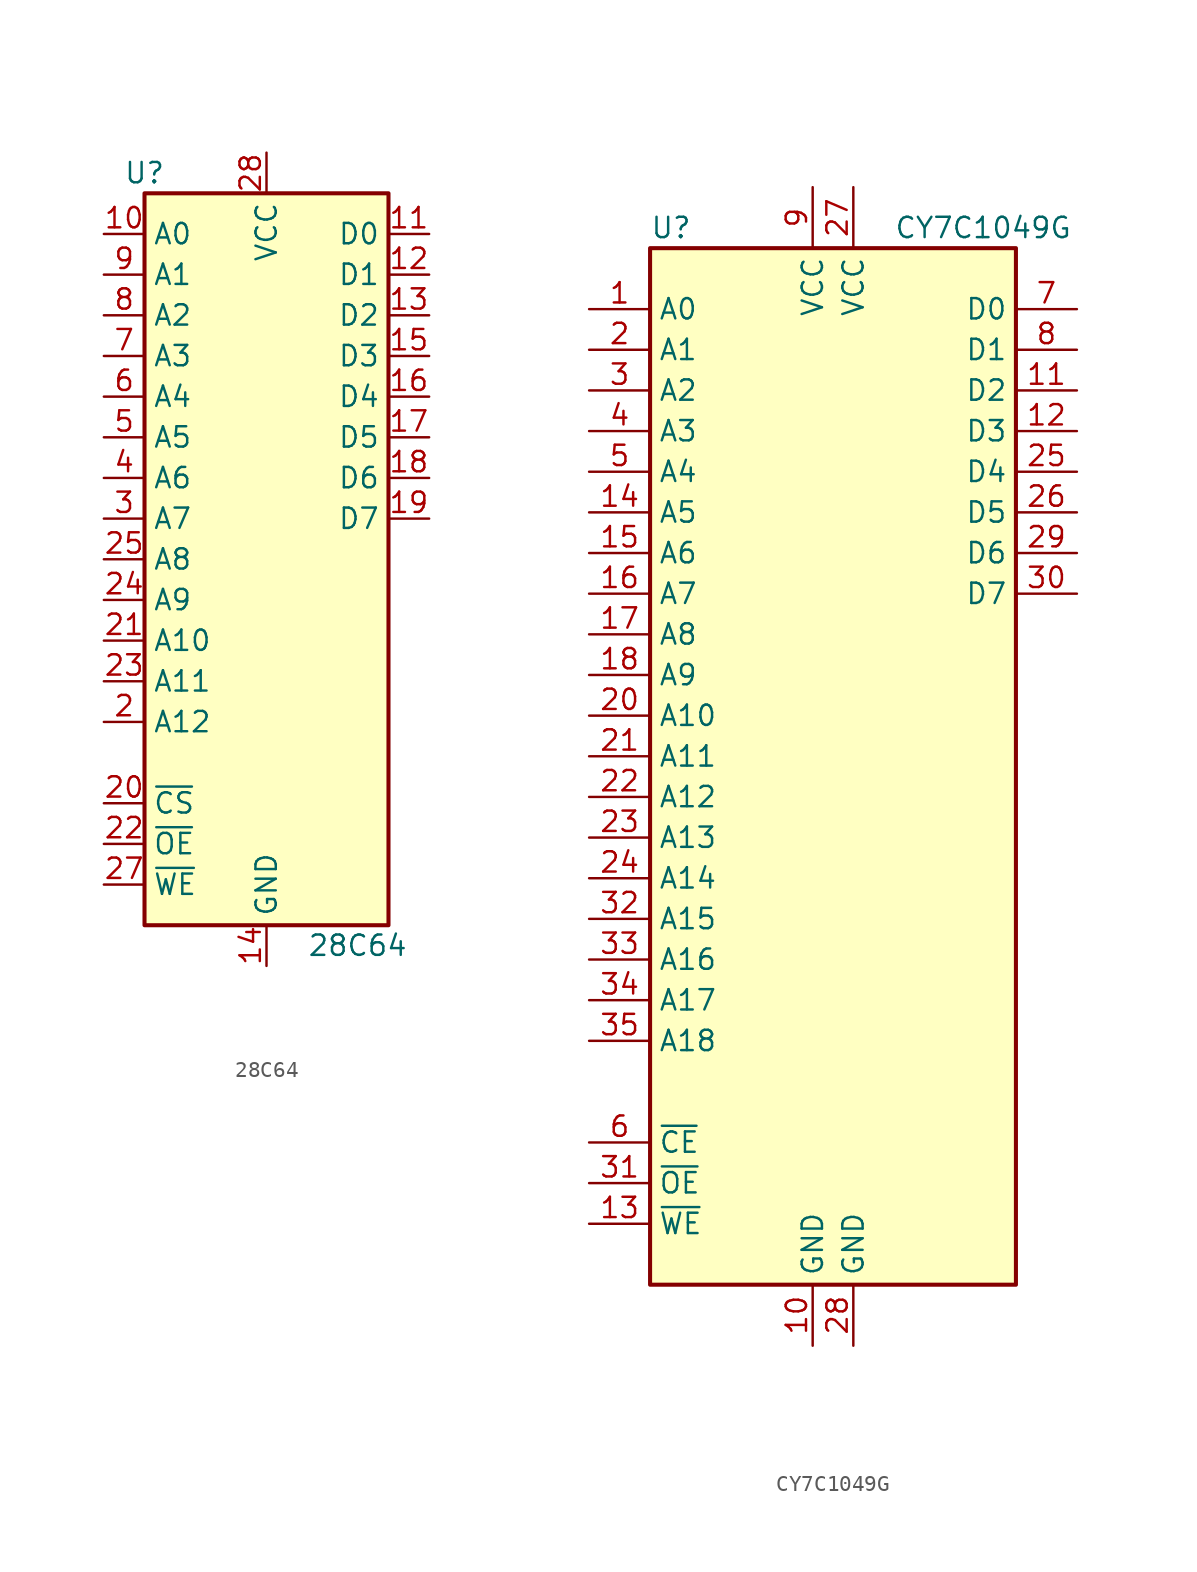
<source format=kicad_sym>
(kicad_symbol_lib
  (version 20211014)
  (generator kicad_symbol_editor)
  (symbol "28C64"
    (property "Reference" "U"
      (at -7.62 24.13 0)
      (effects (font (size 1.27 1.27))))
    (property "Value" "28C64"
      (at 2.54 -24.13 0)
      (effects (font (size 1.27 1.27)) (justify left)))
    (symbol "28C64_1_1"
      (rectangle (start -7.62 22.86) (end 7.62 -22.86) (stroke (width 0.254) (type default) (color 0 0 0 0)) (fill (type background)))
      (pin input line (at -10.16 20.32 0) (length 2.54) (name "A0" (effects (font (size 1.27 1.27)))) (number "10" (effects (font (size 1.27 1.27)))))
      (pin tri_state line (at 10.16 20.32 180) (length 2.54) (name "D0" (effects (font (size 1.27 1.27)))) (number "11" (effects (font (size 1.27 1.27)))))
      (pin tri_state line (at 10.16 17.78 180) (length 2.54) (name "D1" (effects (font (size 1.27 1.27)))) (number "12" (effects (font (size 1.27 1.27)))))
      (pin tri_state line (at 10.16 15.24 180) (length 2.54) (name "D2" (effects (font (size 1.27 1.27)))) (number "13" (effects (font (size 1.27 1.27)))))
      (pin power_in line (at 0 -25.4 90) (length 2.54) (name "GND" (effects (font (size 1.27 1.27)))) (number "14" (effects (font (size 1.27 1.27)))))
      (pin tri_state line (at 10.16 12.7 180) (length 2.54) (name "D3" (effects (font (size 1.27 1.27)))) (number "15" (effects (font (size 1.27 1.27)))))
      (pin tri_state line (at 10.16 10.16 180) (length 2.54) (name "D4" (effects (font (size 1.27 1.27)))) (number "16" (effects (font (size 1.27 1.27)))))
      (pin tri_state line (at 10.16 7.62 180) (length 2.54) (name "D5" (effects (font (size 1.27 1.27)))) (number "17" (effects (font (size 1.27 1.27)))))
      (pin tri_state line (at 10.16 5.08 180) (length 2.54) (name "D6" (effects (font (size 1.27 1.27)))) (number "18" (effects (font (size 1.27 1.27)))))
      (pin tri_state line (at 10.16 2.54 180) (length 2.54) (name "D7" (effects (font (size 1.27 1.27)))) (number "19" (effects (font (size 1.27 1.27)))))
      (pin input line (at -10.16 -10.16 0) (length 2.54) (name "A12" (effects (font (size 1.27 1.27)))) (number "2" (effects (font (size 1.27 1.27)))))
      (pin input line (at -10.16 -15.24 0) (length 2.54) (name "~{CS}" (effects (font (size 1.27 1.27)))) (number "20" (effects (font (size 1.27 1.27)))))
      (pin input line (at -10.16 -5.08 0) (length 2.54) (name "A10" (effects (font (size 1.27 1.27)))) (number "21" (effects (font (size 1.27 1.27)))))
      (pin input line (at -10.16 -17.78 0) (length 2.54) (name "~{OE}" (effects (font (size 1.27 1.27)))) (number "22" (effects (font (size 1.27 1.27)))))
      (pin input line (at -10.16 -7.62 0) (length 2.54) (name "A11" (effects (font (size 1.27 1.27)))) (number "23" (effects (font (size 1.27 1.27)))))
      (pin input line (at -10.16 -2.54 0) (length 2.54) (name "A9" (effects (font (size 1.27 1.27)))) (number "24" (effects (font (size 1.27 1.27)))))
      (pin input line (at -10.16 0 0) (length 2.54) (name "A8" (effects (font (size 1.27 1.27)))) (number "25" (effects (font (size 1.27 1.27)))))
      (pin input line (at -10.16 -20.32 0) (length 2.54) (name "~{WE}" (effects (font (size 1.27 1.27)))) (number "27" (effects (font (size 1.27 1.27)))))
      (pin power_in line (at 0 25.4 270) (length 2.54) (name "VCC" (effects (font (size 1.27 1.27)))) (number "28" (effects (font (size 1.27 1.27)))))
      (pin input line (at -10.16 2.54 0) (length 2.54) (name "A7" (effects (font (size 1.27 1.27)))) (number "3" (effects (font (size 1.27 1.27)))))
      (pin input line (at -10.16 5.08 0) (length 2.54) (name "A6" (effects (font (size 1.27 1.27)))) (number "4" (effects (font (size 1.27 1.27)))))
      (pin input line (at -10.16 7.62 0) (length 2.54) (name "A5" (effects (font (size 1.27 1.27)))) (number "5" (effects (font (size 1.27 1.27)))))
      (pin input line (at -10.16 10.16 0) (length 2.54) (name "A4" (effects (font (size 1.27 1.27)))) (number "6" (effects (font (size 1.27 1.27)))))
      (pin input line (at -10.16 12.7 0) (length 2.54) (name "A3" (effects (font (size 1.27 1.27)))) (number "7" (effects (font (size 1.27 1.27)))))
      (pin input line (at -10.16 15.24 0) (length 2.54) (name "A2" (effects (font (size 1.27 1.27)))) (number "8" (effects (font (size 1.27 1.27)))))
      (pin input line (at -10.16 17.78 0) (length 2.54) (name "A1" (effects (font (size 1.27 1.27)))) (number "9" (effects (font (size 1.27 1.27)))))))
  (symbol "CY7C1049G"
    (property "Reference" "U"
      (at -11.43 33.02 0)
      (effects (font (size 1.27 1.27)) (justify left)))
    (property "Value" "CY7C1049G"
      (at 3.81 33.02 0)
      (effects (font (size 1.27 1.27)) (justify left)))
    (symbol "CY7C1049G_0_0"
      (pin power_in line (at -1.27 -36.83 90) (length 3.81) (name "GND" (effects (font (size 1.27 1.27)))) (number "10" (effects (font (size 1.27 1.27)))))
      (pin power_in line (at 1.27 35.56 270) (length 3.81) (name "VCC" (effects (font (size 1.27 1.27)))) (number "27" (effects (font (size 1.27 1.27)))))
      (pin power_in line (at 1.27 -36.83 90) (length 3.81) (name "GND" (effects (font (size 1.27 1.27)))) (number "28" (effects (font (size 1.27 1.27)))))
      (pin power_in line (at -1.27 35.56 270) (length 3.81) (name "VCC" (effects (font (size 1.27 1.27)))) (number "9" (effects (font (size 1.27 1.27))))))
    (symbol "CY7C1049G_0_1"
      (rectangle (start -11.43 31.75) (end 11.43 -33.02) (stroke (width 0.254) (type default) (color 0 0 0 0)) (fill (type background))))
    (symbol "CY7C1049G_1_1"
      (pin input line (at -15.24 27.94 0) (length 3.81) (name "A0" (effects (font (size 1.27 1.27)))) (number "1" (effects (font (size 1.27 1.27)))))
      (pin tri_state line (at 15.24 22.86 180) (length 3.81) (name "D2" (effects (font (size 1.27 1.27)))) (number "11" (effects (font (size 1.27 1.27)))))
      (pin tri_state line (at 15.24 20.32 180) (length 3.81) (name "D3" (effects (font (size 1.27 1.27)))) (number "12" (effects (font (size 1.27 1.27)))))
      (pin input line (at -15.24 -29.21 0) (length 3.81) (name "~{WE}" (effects (font (size 1.27 1.27)))) (number "13" (effects (font (size 1.27 1.27)))))
      (pin input line (at -15.24 15.24 0) (length 3.81) (name "A5" (effects (font (size 1.27 1.27)))) (number "14" (effects (font (size 1.27 1.27)))))
      (pin input line (at -15.24 12.7 0) (length 3.81) (name "A6" (effects (font (size 1.27 1.27)))) (number "15" (effects (font (size 1.27 1.27)))))
      (pin input line (at -15.24 10.16 0) (length 3.81) (name "A7" (effects (font (size 1.27 1.27)))) (number "16" (effects (font (size 1.27 1.27)))))
      (pin input line (at -15.24 7.62 0) (length 3.81) (name "A8" (effects (font (size 1.27 1.27)))) (number "17" (effects (font (size 1.27 1.27)))))
      (pin input line (at -15.24 5.08 0) (length 3.81) (name "A9" (effects (font (size 1.27 1.27)))) (number "18" (effects (font (size 1.27 1.27)))))
      (pin input line (at -15.24 25.4 0) (length 3.81) (name "A1" (effects (font (size 1.27 1.27)))) (number "2" (effects (font (size 1.27 1.27)))))
      (pin input line (at -15.24 2.54 0) (length 3.81) (name "A10" (effects (font (size 1.27 1.27)))) (number "20" (effects (font (size 1.27 1.27)))))
      (pin input line (at -15.24 0 0) (length 3.81) (name "A11" (effects (font (size 1.27 1.27)))) (number "21" (effects (font (size 1.27 1.27)))))
      (pin input line (at -15.24 -2.54 0) (length 3.81) (name "A12" (effects (font (size 1.27 1.27)))) (number "22" (effects (font (size 1.27 1.27)))))
      (pin input line (at -15.24 -5.08 0) (length 3.81) (name "A13" (effects (font (size 1.27 1.27)))) (number "23" (effects (font (size 1.27 1.27)))))
      (pin input line (at -15.24 -7.62 0) (length 3.81) (name "A14" (effects (font (size 1.27 1.27)))) (number "24" (effects (font (size 1.27 1.27)))))
      (pin tri_state line (at 15.24 17.78 180) (length 3.81) (name "D4" (effects (font (size 1.27 1.27)))) (number "25" (effects (font (size 1.27 1.27)))))
      (pin tri_state line (at 15.24 15.24 180) (length 3.81) (name "D5" (effects (font (size 1.27 1.27)))) (number "26" (effects (font (size 1.27 1.27)))))
      (pin tri_state line (at 15.24 12.7 180) (length 3.81) (name "D6" (effects (font (size 1.27 1.27)))) (number "29" (effects (font (size 1.27 1.27)))))
      (pin input line (at -15.24 22.86 0) (length 3.81) (name "A2" (effects (font (size 1.27 1.27)))) (number "3" (effects (font (size 1.27 1.27)))))
      (pin tri_state line (at 15.24 10.16 180) (length 3.81) (name "D7" (effects (font (size 1.27 1.27)))) (number "30" (effects (font (size 1.27 1.27)))))
      (pin input line (at -15.24 -26.67 0) (length 3.81) (name "~{OE}" (effects (font (size 1.27 1.27)))) (number "31" (effects (font (size 1.27 1.27)))))
      (pin input line (at -15.24 -10.16 0) (length 3.81) (name "A15" (effects (font (size 1.27 1.27)))) (number "32" (effects (font (size 1.27 1.27)))))
      (pin input line (at -15.24 -12.7 0) (length 3.81) (name "A16" (effects (font (size 1.27 1.27)))) (number "33" (effects (font (size 1.27 1.27)))))
      (pin input line (at -15.24 -15.24 0) (length 3.81) (name "A17" (effects (font (size 1.27 1.27)))) (number "34" (effects (font (size 1.27 1.27)))))
      (pin input line (at -15.24 -17.78 0) (length 3.81) (name "A18" (effects (font (size 1.27 1.27)))) (number "35" (effects (font (size 1.27 1.27)))))
      (pin input line (at -15.24 20.32 0) (length 3.81) (name "A3" (effects (font (size 1.27 1.27)))) (number "4" (effects (font (size 1.27 1.27)))))
      (pin input line (at -15.24 17.78 0) (length 3.81) (name "A4" (effects (font (size 1.27 1.27)))) (number "5" (effects (font (size 1.27 1.27)))))
      (pin input line (at -15.24 -24.13 0) (length 3.81) (name "~{CE}" (effects (font (size 1.27 1.27)))) (number "6" (effects (font (size 1.27 1.27)))))
      (pin tri_state line (at 15.24 27.94 180) (length 3.81) (name "D0" (effects (font (size 1.27 1.27)))) (number "7" (effects (font (size 1.27 1.27)))))
      (pin tri_state line (at 15.24 25.4 180) (length 3.81) (name "D1" (effects (font (size 1.27 1.27)))) (number "8" (effects (font (size 1.27 1.27))))))))
</source>
